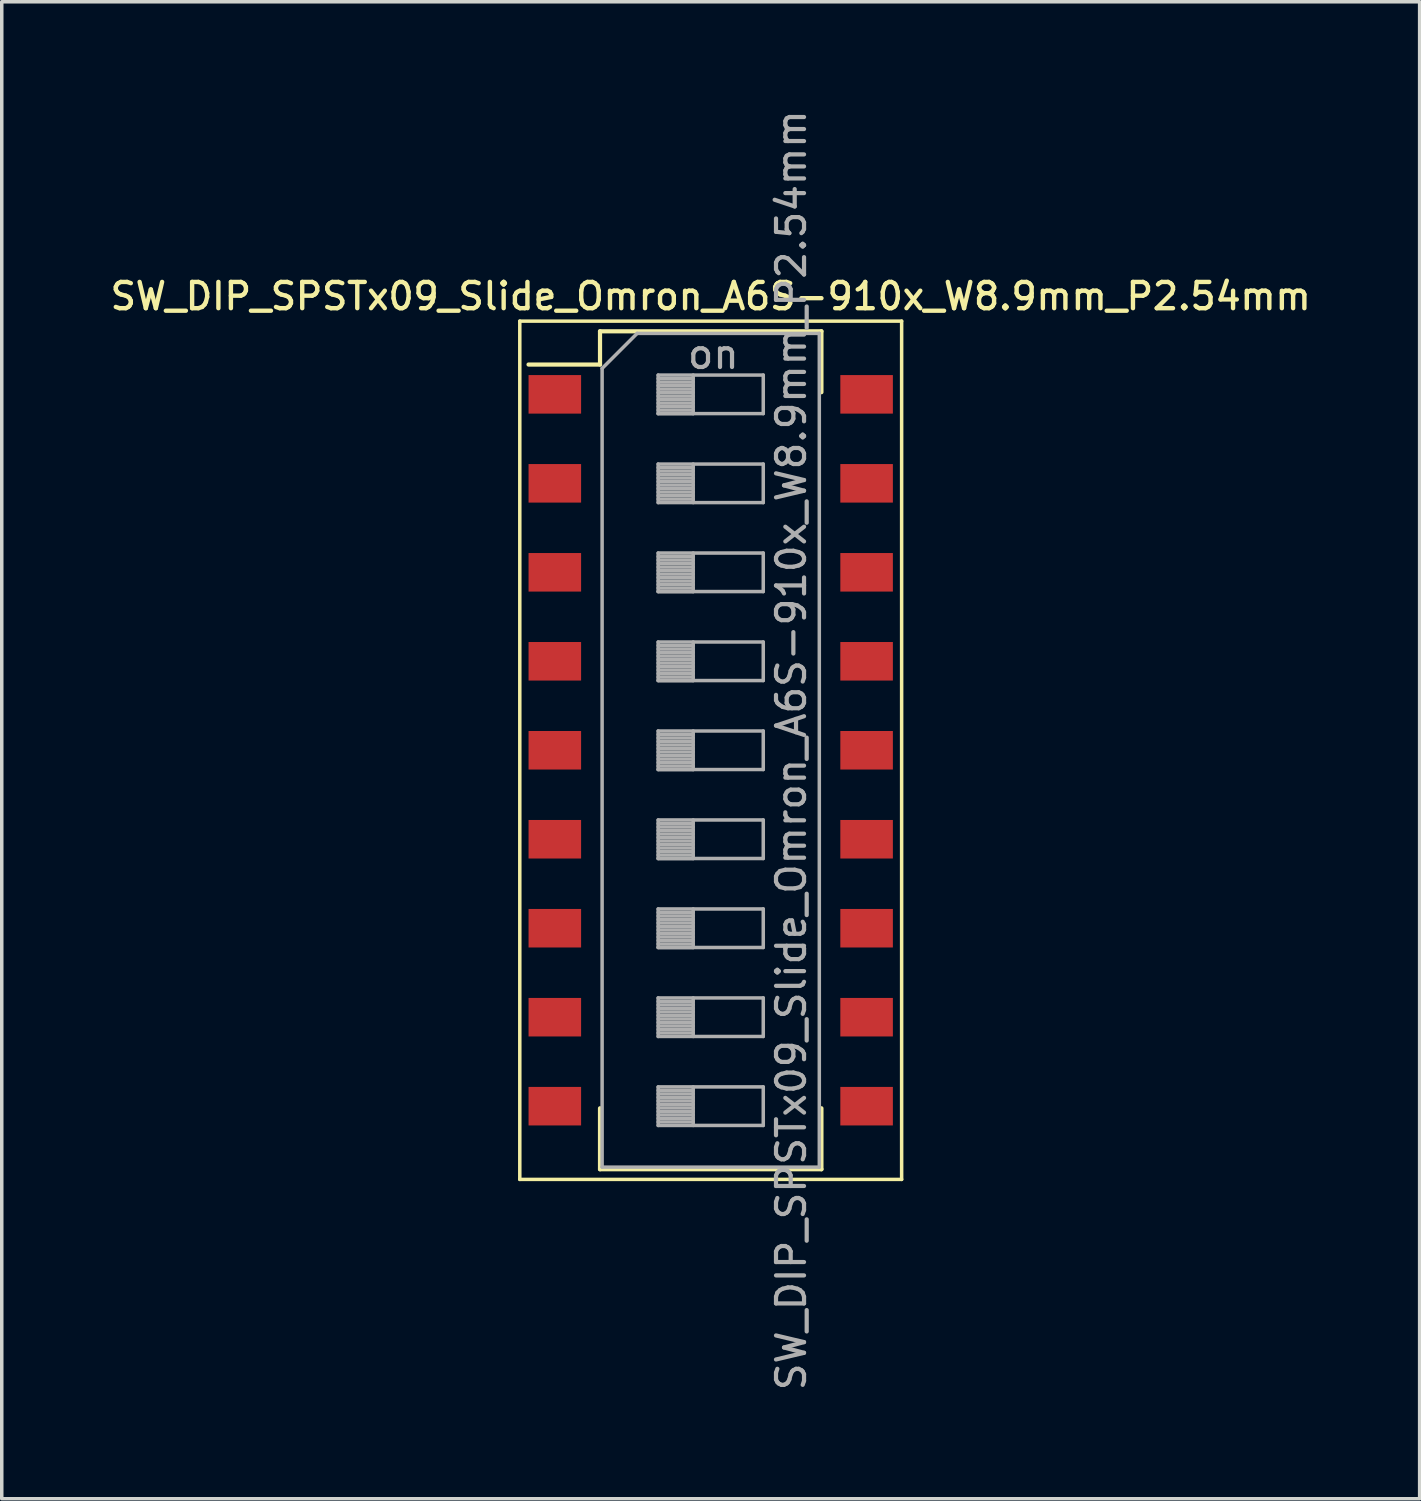
<source format=kicad_pcb>
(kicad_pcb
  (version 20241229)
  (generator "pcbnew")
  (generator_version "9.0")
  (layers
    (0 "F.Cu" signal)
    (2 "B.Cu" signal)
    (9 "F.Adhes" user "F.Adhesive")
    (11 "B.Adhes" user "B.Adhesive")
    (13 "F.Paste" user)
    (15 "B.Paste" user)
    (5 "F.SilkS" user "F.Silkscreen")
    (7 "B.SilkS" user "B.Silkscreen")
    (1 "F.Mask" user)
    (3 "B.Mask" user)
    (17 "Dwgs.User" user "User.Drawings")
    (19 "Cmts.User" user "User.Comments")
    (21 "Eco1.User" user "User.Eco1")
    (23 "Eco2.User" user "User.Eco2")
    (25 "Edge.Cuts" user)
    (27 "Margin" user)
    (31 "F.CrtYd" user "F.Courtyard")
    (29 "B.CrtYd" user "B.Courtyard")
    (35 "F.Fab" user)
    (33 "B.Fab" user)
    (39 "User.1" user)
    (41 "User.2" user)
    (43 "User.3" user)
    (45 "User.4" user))
  (footprint "SW_DIP_SPSTx09_Slide_Omron_A6S-910x_W8.9mm_P2.54mm"
    (layer "F.Cu")
    (at 17.238 18.367)
    (property "Reference" "SW_DIP_SPSTx09_Slide_Omron_A6S-910x_W8.9mm_P2.54mm" (at 0 -12.96 0) (layer "F.SilkS") (effects (font (size 0.75 0.75) (thickness 0.125))))
    (attr smd)
    (fp_line (start -5.45 -12.25) (end -5.45 12.25) (stroke (width 0.1) (type solid)) (layer "F.SilkS"))
    (fp_line (start -5.45 12.25) (end 5.45 12.25) (stroke (width 0.1) (type solid)) (layer "F.SilkS"))
    (fp_line (start -5.2 -11.011) (end -3.16 -11.011) (stroke (width 0.12) (type solid)) (layer "F.SilkS"))
    (fp_line (start -3.16 -11.96) (end -3.16 -11.011) (stroke (width 0.12) (type solid)) (layer "F.SilkS"))
    (fp_line (start -3.16 -11.96) (end 3.16 -11.96) (stroke (width 0.12) (type solid)) (layer "F.SilkS"))
    (fp_line (start -3.16 10.22) (end -3.16 11.96) (stroke (width 0.12) (type solid)) (layer "F.SilkS"))
    (fp_line (start -3.16 11.96) (end 3.16 11.96) (stroke (width 0.12) (type solid)) (layer "F.SilkS"))
    (fp_line (start 3.16 -11.96) (end 3.16 -10.221) (stroke (width 0.12) (type solid)) (layer "F.SilkS"))
    (fp_line (start 3.16 10.22) (end 3.16 11.96) (stroke (width 0.12) (type solid)) (layer "F.SilkS"))
    (fp_line (start 5.45 -12.25) (end -5.45 -12.25) (stroke (width 0.1) (type solid)) (layer "F.SilkS"))
    (fp_line (start 5.45 12.25) (end 5.45 -12.25) (stroke (width 0.1) (type solid)) (layer "F.SilkS"))
    (fp_line (start -3.1 -10.9) (end -2.1 -11.9) (stroke (width 0.1) (type solid)) (layer "F.Fab"))
    (fp_line (start -3.1 11.9) (end -3.1 -10.9) (stroke (width 0.1) (type solid)) (layer "F.Fab"))
    (fp_line (start -2.1 -11.9) (end 3.1 -11.9) (stroke (width 0.1) (type solid)) (layer "F.Fab"))
    (fp_line (start -1.5 -10.71) (end -1.5 -9.61) (stroke (width 0.1) (type solid)) (layer "F.Fab"))
    (fp_line (start -1.5 -10.61) (end -0.5 -10.61) (stroke (width 0.1) (type solid)) (layer "F.Fab"))
    (fp_line (start -1.5 -10.51) (end -0.5 -10.51) (stroke (width 0.1) (type solid)) (layer "F.Fab"))
    (fp_line (start -1.5 -10.41) (end -0.5 -10.41) (stroke (width 0.1) (type solid)) (layer "F.Fab"))
    (fp_line (start -1.5 -10.31) (end -0.5 -10.31) (stroke (width 0.1) (type solid)) (layer "F.Fab"))
    (fp_line (start -1.5 -10.21) (end -0.5 -10.21) (stroke (width 0.1) (type solid)) (layer "F.Fab"))
    (fp_line (start -1.5 -10.11) (end -0.5 -10.11) (stroke (width 0.1) (type solid)) (layer "F.Fab"))
    (fp_line (start -1.5 -10.01) (end -0.5 -10.01) (stroke (width 0.1) (type solid)) (layer "F.Fab"))
    (fp_line (start -1.5 -9.91) (end -0.5 -9.91) (stroke (width 0.1) (type solid)) (layer "F.Fab"))
    (fp_line (start -1.5 -9.81) (end -0.5 -9.81) (stroke (width 0.1) (type solid)) (layer "F.Fab"))
    (fp_line (start -1.5 -9.71) (end -0.5 -9.71) (stroke (width 0.1) (type solid)) (layer "F.Fab"))
    (fp_line (start -1.5 -9.61) (end -0.5 -9.61) (stroke (width 0.1) (type solid)) (layer "F.Fab"))
    (fp_line (start -1.5 -9.61) (end 1.5 -9.61) (stroke (width 0.1) (type solid)) (layer "F.Fab"))
    (fp_line (start -1.5 -8.17) (end -1.5 -7.07) (stroke (width 0.1) (type solid)) (layer "F.Fab"))
    (fp_line (start -1.5 -8.07) (end -0.5 -8.07) (stroke (width 0.1) (type solid)) (layer "F.Fab"))
    (fp_line (start -1.5 -7.97) (end -0.5 -7.97) (stroke (width 0.1) (type solid)) (layer "F.Fab"))
    (fp_line (start -1.5 -7.87) (end -0.5 -7.87) (stroke (width 0.1) (type solid)) (layer "F.Fab"))
    (fp_line (start -1.5 -7.77) (end -0.5 -7.77) (stroke (width 0.1) (type solid)) (layer "F.Fab"))
    (fp_line (start -1.5 -7.67) (end -0.5 -7.67) (stroke (width 0.1) (type solid)) (layer "F.Fab"))
    (fp_line (start -1.5 -7.57) (end -0.5 -7.57) (stroke (width 0.1) (type solid)) (layer "F.Fab"))
    (fp_line (start -1.5 -7.47) (end -0.5 -7.47) (stroke (width 0.1) (type solid)) (layer "F.Fab"))
    (fp_line (start -1.5 -7.37) (end -0.5 -7.37) (stroke (width 0.1) (type solid)) (layer "F.Fab"))
    (fp_line (start -1.5 -7.27) (end -0.5 -7.27) (stroke (width 0.1) (type solid)) (layer "F.Fab"))
    (fp_line (start -1.5 -7.17) (end -0.5 -7.17) (stroke (width 0.1) (type solid)) (layer "F.Fab"))
    (fp_line (start -1.5 -7.07) (end 1.5 -7.07) (stroke (width 0.1) (type solid)) (layer "F.Fab"))
    (fp_line (start -1.5 -5.63) (end -1.5 -4.53) (stroke (width 0.1) (type solid)) (layer "F.Fab"))
    (fp_line (start -1.5 -5.53) (end -0.5 -5.53) (stroke (width 0.1) (type solid)) (layer "F.Fab"))
    (fp_line (start -1.5 -5.43) (end -0.5 -5.43) (stroke (width 0.1) (type solid)) (layer "F.Fab"))
    (fp_line (start -1.5 -5.33) (end -0.5 -5.33) (stroke (width 0.1) (type solid)) (layer "F.Fab"))
    (fp_line (start -1.5 -5.23) (end -0.5 -5.23) (stroke (width 0.1) (type solid)) (layer "F.Fab"))
    (fp_line (start -1.5 -5.13) (end -0.5 -5.13) (stroke (width 0.1) (type solid)) (layer "F.Fab"))
    (fp_line (start -1.5 -5.03) (end -0.5 -5.03) (stroke (width 0.1) (type solid)) (layer "F.Fab"))
    (fp_line (start -1.5 -4.93) (end -0.5 -4.93) (stroke (width 0.1) (type solid)) (layer "F.Fab"))
    (fp_line (start -1.5 -4.83) (end -0.5 -4.83) (stroke (width 0.1) (type solid)) (layer "F.Fab"))
    (fp_line (start -1.5 -4.73) (end -0.5 -4.73) (stroke (width 0.1) (type solid)) (layer "F.Fab"))
    (fp_line (start -1.5 -4.63) (end -0.5 -4.63) (stroke (width 0.1) (type solid)) (layer "F.Fab"))
    (fp_line (start -1.5 -4.53) (end -0.5 -4.53) (stroke (width 0.1) (type solid)) (layer "F.Fab"))
    (fp_line (start -1.5 -4.53) (end 1.5 -4.53) (stroke (width 0.1) (type solid)) (layer "F.Fab"))
    (fp_line (start -1.5 -3.09) (end -1.5 -1.99) (stroke (width 0.1) (type solid)) (layer "F.Fab"))
    (fp_line (start -1.5 -2.99) (end -0.5 -2.99) (stroke (width 0.1) (type solid)) (layer "F.Fab"))
    (fp_line (start -1.5 -2.89) (end -0.5 -2.89) (stroke (width 0.1) (type solid)) (layer "F.Fab"))
    (fp_line (start -1.5 -2.79) (end -0.5 -2.79) (stroke (width 0.1) (type solid)) (layer "F.Fab"))
    (fp_line (start -1.5 -2.69) (end -0.5 -2.69) (stroke (width 0.1) (type solid)) (layer "F.Fab"))
    (fp_line (start -1.5 -2.59) (end -0.5 -2.59) (stroke (width 0.1) (type solid)) (layer "F.Fab"))
    (fp_line (start -1.5 -2.49) (end -0.5 -2.49) (stroke (width 0.1) (type solid)) (layer "F.Fab"))
    (fp_line (start -1.5 -2.39) (end -0.5 -2.39) (stroke (width 0.1) (type solid)) (layer "F.Fab"))
    (fp_line (start -1.5 -2.29) (end -0.5 -2.29) (stroke (width 0.1) (type solid)) (layer "F.Fab"))
    (fp_line (start -1.5 -2.19) (end -0.5 -2.19) (stroke (width 0.1) (type solid)) (layer "F.Fab"))
    (fp_line (start -1.5 -2.09) (end -0.5 -2.09) (stroke (width 0.1) (type solid)) (layer "F.Fab"))
    (fp_line (start -1.5 -1.99) (end -0.5 -1.99) (stroke (width 0.1) (type solid)) (layer "F.Fab"))
    (fp_line (start -1.5 -1.99) (end 1.5 -1.99) (stroke (width 0.1) (type solid)) (layer "F.Fab"))
    (fp_line (start -1.5 -0.55) (end -1.5 0.55) (stroke (width 0.1) (type solid)) (layer "F.Fab"))
    (fp_line (start -1.5 -0.45) (end -0.5 -0.45) (stroke (width 0.1) (type solid)) (layer "F.Fab"))
    (fp_line (start -1.5 -0.35) (end -0.5 -0.35) (stroke (width 0.1) (type solid)) (layer "F.Fab"))
    (fp_line (start -1.5 -0.25) (end -0.5 -0.25) (stroke (width 0.1) (type solid)) (layer "F.Fab"))
    (fp_line (start -1.5 -0.15) (end -0.5 -0.15) (stroke (width 0.1) (type solid)) (layer "F.Fab"))
    (fp_line (start -1.5 -0.05) (end -0.5 -0.05) (stroke (width 0.1) (type solid)) (layer "F.Fab"))
    (fp_line (start -1.5 0.05) (end -0.5 0.05) (stroke (width 0.1) (type solid)) (layer "F.Fab"))
    (fp_line (start -1.5 0.15) (end -0.5 0.15) (stroke (width 0.1) (type solid)) (layer "F.Fab"))
    (fp_line (start -1.5 0.25) (end -0.5 0.25) (stroke (width 0.1) (type solid)) (layer "F.Fab"))
    (fp_line (start -1.5 0.35) (end -0.5 0.35) (stroke (width 0.1) (type solid)) (layer "F.Fab"))
    (fp_line (start -1.5 0.45) (end -0.5 0.45) (stroke (width 0.1) (type solid)) (layer "F.Fab"))
    (fp_line (start -1.5 0.55) (end -0.5 0.55) (stroke (width 0.1) (type solid)) (layer "F.Fab"))
    (fp_line (start -1.5 0.55) (end 1.5 0.55) (stroke (width 0.1) (type solid)) (layer "F.Fab"))
    (fp_line (start -1.5 1.99) (end -1.5 3.09) (stroke (width 0.1) (type solid)) (layer "F.Fab"))
    (fp_line (start -1.5 2.09) (end -0.5 2.09) (stroke (width 0.1) (type solid)) (layer "F.Fab"))
    (fp_line (start -1.5 2.19) (end -0.5 2.19) (stroke (width 0.1) (type solid)) (layer "F.Fab"))
    (fp_line (start -1.5 2.29) (end -0.5 2.29) (stroke (width 0.1) (type solid)) (layer "F.Fab"))
    (fp_line (start -1.5 2.39) (end -0.5 2.39) (stroke (width 0.1) (type solid)) (layer "F.Fab"))
    (fp_line (start -1.5 2.49) (end -0.5 2.49) (stroke (width 0.1) (type solid)) (layer "F.Fab"))
    (fp_line (start -1.5 2.59) (end -0.5 2.59) (stroke (width 0.1) (type solid)) (layer "F.Fab"))
    (fp_line (start -1.5 2.69) (end -0.5 2.69) (stroke (width 0.1) (type solid)) (layer "F.Fab"))
    (fp_line (start -1.5 2.79) (end -0.5 2.79) (stroke (width 0.1) (type solid)) (layer "F.Fab"))
    (fp_line (start -1.5 2.89) (end -0.5 2.89) (stroke (width 0.1) (type solid)) (layer "F.Fab"))
    (fp_line (start -1.5 2.99) (end -0.5 2.99) (stroke (width 0.1) (type solid)) (layer "F.Fab"))
    (fp_line (start -1.5 3.09) (end -0.5 3.09) (stroke (width 0.1) (type solid)) (layer "F.Fab"))
    (fp_line (start -1.5 3.09) (end 1.5 3.09) (stroke (width 0.1) (type solid)) (layer "F.Fab"))
    (fp_line (start -1.5 4.53) (end -1.5 5.63) (stroke (width 0.1) (type solid)) (layer "F.Fab"))
    (fp_line (start -1.5 4.63) (end -0.5 4.63) (stroke (width 0.1) (type solid)) (layer "F.Fab"))
    (fp_line (start -1.5 4.73) (end -0.5 4.73) (stroke (width 0.1) (type solid)) (layer "F.Fab"))
    (fp_line (start -1.5 4.83) (end -0.5 4.83) (stroke (width 0.1) (type solid)) (layer "F.Fab"))
    (fp_line (start -1.5 4.93) (end -0.5 4.93) (stroke (width 0.1) (type solid)) (layer "F.Fab"))
    (fp_line (start -1.5 5.03) (end -0.5 5.03) (stroke (width 0.1) (type solid)) (layer "F.Fab"))
    (fp_line (start -1.5 5.13) (end -0.5 5.13) (stroke (width 0.1) (type solid)) (layer "F.Fab"))
    (fp_line (start -1.5 5.23) (end -0.5 5.23) (stroke (width 0.1) (type solid)) (layer "F.Fab"))
    (fp_line (start -1.5 5.33) (end -0.5 5.33) (stroke (width 0.1) (type solid)) (layer "F.Fab"))
    (fp_line (start -1.5 5.43) (end -0.5 5.43) (stroke (width 0.1) (type solid)) (layer "F.Fab"))
    (fp_line (start -1.5 5.53) (end -0.5 5.53) (stroke (width 0.1) (type solid)) (layer "F.Fab"))
    (fp_line (start -1.5 5.63) (end -0.5 5.63) (stroke (width 0.1) (type solid)) (layer "F.Fab"))
    (fp_line (start -1.5 5.63) (end 1.5 5.63) (stroke (width 0.1) (type solid)) (layer "F.Fab"))
    (fp_line (start -1.5 7.07) (end -1.5 8.17) (stroke (width 0.1) (type solid)) (layer "F.Fab"))
    (fp_line (start -1.5 7.17) (end -0.5 7.17) (stroke (width 0.1) (type solid)) (layer "F.Fab"))
    (fp_line (start -1.5 7.27) (end -0.5 7.27) (stroke (width 0.1) (type solid)) (layer "F.Fab"))
    (fp_line (start -1.5 7.37) (end -0.5 7.37) (stroke (width 0.1) (type solid)) (layer "F.Fab"))
    (fp_line (start -1.5 7.47) (end -0.5 7.47) (stroke (width 0.1) (type solid)) (layer "F.Fab"))
    (fp_line (start -1.5 7.57) (end -0.5 7.57) (stroke (width 0.1) (type solid)) (layer "F.Fab"))
    (fp_line (start -1.5 7.67) (end -0.5 7.67) (stroke (width 0.1) (type solid)) (layer "F.Fab"))
    (fp_line (start -1.5 7.77) (end -0.5 7.77) (stroke (width 0.1) (type solid)) (layer "F.Fab"))
    (fp_line (start -1.5 7.87) (end -0.5 7.87) (stroke (width 0.1) (type solid)) (layer "F.Fab"))
    (fp_line (start -1.5 7.97) (end -0.5 7.97) (stroke (width 0.1) (type solid)) (layer "F.Fab"))
    (fp_line (start -1.5 8.07) (end -0.5 8.07) (stroke (width 0.1) (type solid)) (layer "F.Fab"))
    (fp_line (start -1.5 8.17) (end 1.5 8.17) (stroke (width 0.1) (type solid)) (layer "F.Fab"))
    (fp_line (start -1.5 9.61) (end -1.5 10.71) (stroke (width 0.1) (type solid)) (layer "F.Fab"))
    (fp_line (start -1.5 9.71) (end -0.5 9.71) (stroke (width 0.1) (type solid)) (layer "F.Fab"))
    (fp_line (start -1.5 9.81) (end -0.5 9.81) (stroke (width 0.1) (type solid)) (layer "F.Fab"))
    (fp_line (start -1.5 9.91) (end -0.5 9.91) (stroke (width 0.1) (type solid)) (layer "F.Fab"))
    (fp_line (start -1.5 10.01) (end -0.5 10.01) (stroke (width 0.1) (type solid)) (layer "F.Fab"))
    (fp_line (start -1.5 10.11) (end -0.5 10.11) (stroke (width 0.1) (type solid)) (layer "F.Fab"))
    (fp_line (start -1.5 10.21) (end -0.5 10.21) (stroke (width 0.1) (type solid)) (layer "F.Fab"))
    (fp_line (start -1.5 10.31) (end -0.5 10.31) (stroke (width 0.1) (type solid)) (layer "F.Fab"))
    (fp_line (start -1.5 10.41) (end -0.5 10.41) (stroke (width 0.1) (type solid)) (layer "F.Fab"))
    (fp_line (start -1.5 10.51) (end -0.5 10.51) (stroke (width 0.1) (type solid)) (layer "F.Fab"))
    (fp_line (start -1.5 10.61) (end -0.5 10.61) (stroke (width 0.1) (type solid)) (layer "F.Fab"))
    (fp_line (start -1.5 10.71) (end 1.5 10.71) (stroke (width 0.1) (type solid)) (layer "F.Fab"))
    (fp_line (start -0.5 -10.71) (end -0.5 -9.61) (stroke (width 0.1) (type solid)) (layer "F.Fab"))
    (fp_line (start -0.5 -8.17) (end -0.5 -7.07) (stroke (width 0.1) (type solid)) (layer "F.Fab"))
    (fp_line (start -0.5 -5.63) (end -0.5 -4.53) (stroke (width 0.1) (type solid)) (layer "F.Fab"))
    (fp_line (start -0.5 -3.09) (end -0.5 -1.99) (stroke (width 0.1) (type solid)) (layer "F.Fab"))
    (fp_line (start -0.5 -0.55) (end -0.5 0.55) (stroke (width 0.1) (type solid)) (layer "F.Fab"))
    (fp_line (start -0.5 1.99) (end -0.5 3.09) (stroke (width 0.1) (type solid)) (layer "F.Fab"))
    (fp_line (start -0.5 4.53) (end -0.5 5.63) (stroke (width 0.1) (type solid)) (layer "F.Fab"))
    (fp_line (start -0.5 7.07) (end -0.5 8.17) (stroke (width 0.1) (type solid)) (layer "F.Fab"))
    (fp_line (start -0.5 9.61) (end -0.5 10.71) (stroke (width 0.1) (type solid)) (layer "F.Fab"))
    (fp_line (start 1.5 -10.71) (end -1.5 -10.71) (stroke (width 0.1) (type solid)) (layer "F.Fab"))
    (fp_line (start 1.5 -9.61) (end 1.5 -10.71) (stroke (width 0.1) (type solid)) (layer "F.Fab"))
    (fp_line (start 1.5 -8.17) (end -1.5 -8.17) (stroke (width 0.1) (type solid)) (layer "F.Fab"))
    (fp_line (start 1.5 -7.07) (end 1.5 -8.17) (stroke (width 0.1) (type solid)) (layer "F.Fab"))
    (fp_line (start 1.5 -5.63) (end -1.5 -5.63) (stroke (width 0.1) (type solid)) (layer "F.Fab"))
    (fp_line (start 1.5 -4.53) (end 1.5 -5.63) (stroke (width 0.1) (type solid)) (layer "F.Fab"))
    (fp_line (start 1.5 -3.09) (end -1.5 -3.09) (stroke (width 0.1) (type solid)) (layer "F.Fab"))
    (fp_line (start 1.5 -1.99) (end 1.5 -3.09) (stroke (width 0.1) (type solid)) (layer "F.Fab"))
    (fp_line (start 1.5 -0.55) (end -1.5 -0.55) (stroke (width 0.1) (type solid)) (layer "F.Fab"))
    (fp_line (start 1.5 0.55) (end 1.5 -0.55) (stroke (width 0.1) (type solid)) (layer "F.Fab"))
    (fp_line (start 1.5 1.99) (end -1.5 1.99) (stroke (width 0.1) (type solid)) (layer "F.Fab"))
    (fp_line (start 1.5 3.09) (end 1.5 1.99) (stroke (width 0.1) (type solid)) (layer "F.Fab"))
    (fp_line (start 1.5 4.53) (end -1.5 4.53) (stroke (width 0.1) (type solid)) (layer "F.Fab"))
    (fp_line (start 1.5 5.63) (end 1.5 4.53) (stroke (width 0.1) (type solid)) (layer "F.Fab"))
    (fp_line (start 1.5 7.07) (end -1.5 7.07) (stroke (width 0.1) (type solid)) (layer "F.Fab"))
    (fp_line (start 1.5 8.17) (end 1.5 7.07) (stroke (width 0.1) (type solid)) (layer "F.Fab"))
    (fp_line (start 1.5 9.61) (end -1.5 9.61) (stroke (width 0.1) (type solid)) (layer "F.Fab"))
    (fp_line (start 1.5 10.71) (end 1.5 9.61) (stroke (width 0.1) (type solid)) (layer "F.Fab"))
    (fp_line (start 3.1 -11.9) (end 3.1 11.9) (stroke (width 0.1) (type solid)) (layer "F.Fab"))
    (fp_line (start 3.1 11.9) (end -3.1 11.9) (stroke (width 0.1) (type solid)) (layer "F.Fab"))
    (fp_text user "on" (at 0.075 -11.305 0) (layer "F.Fab") (effects (font (size 0.8 0.8) (thickness 0.12))))
    (fp_text user "${REFERENCE}" (at 2.3 0 90) (layer "F.Fab") (effects (font (size 0.8 0.8) (thickness 0.12))))
    (pad "1" smd rect (at -4.45 -10.16) (size 1.5 1.1) (layers "F.Cu" "F.Mask" "F.Paste"))
    (pad "2" smd rect (at -4.45 -7.62) (size 1.5 1.1) (layers "F.Cu" "F.Mask" "F.Paste"))
    (pad "3" smd rect (at -4.45 -5.08) (size 1.5 1.1) (layers "F.Cu" "F.Mask" "F.Paste"))
    (pad "4" smd rect (at -4.45 -2.54) (size 1.5 1.1) (layers "F.Cu" "F.Mask" "F.Paste"))
    (pad "5" smd rect (at -4.45 0) (size 1.5 1.1) (layers "F.Cu" "F.Mask" "F.Paste"))
    (pad "6" smd rect (at -4.45 2.54) (size 1.5 1.1) (layers "F.Cu" "F.Mask" "F.Paste"))
    (pad "7" smd rect (at -4.45 5.08) (size 1.5 1.1) (layers "F.Cu" "F.Mask" "F.Paste"))
    (pad "8" smd rect (at -4.45 7.62) (size 1.5 1.1) (layers "F.Cu" "F.Mask" "F.Paste"))
    (pad "9" smd rect (at -4.45 10.16) (size 1.5 1.1) (layers "F.Cu" "F.Mask" "F.Paste"))
    (pad "10" smd rect (at 4.45 10.16) (size 1.5 1.1) (layers "F.Cu" "F.Mask" "F.Paste"))
    (pad "11" smd rect (at 4.45 7.62) (size 1.5 1.1) (layers "F.Cu" "F.Mask" "F.Paste"))
    (pad "12" smd rect (at 4.45 5.08) (size 1.5 1.1) (layers "F.Cu" "F.Mask" "F.Paste"))
    (pad "13" smd rect (at 4.45 2.54) (size 1.5 1.1) (layers "F.Cu" "F.Mask" "F.Paste"))
    (pad "14" smd rect (at 4.45 0) (size 1.5 1.1) (layers "F.Cu" "F.Mask" "F.Paste"))
    (pad "15" smd rect (at 4.45 -2.54) (size 1.5 1.1) (layers "F.Cu" "F.Mask" "F.Paste"))
    (pad "16" smd rect (at 4.45 -5.08) (size 1.5 1.1) (layers "F.Cu" "F.Mask" "F.Paste"))
    (pad "17" smd rect (at 4.45 -7.62) (size 1.5 1.1) (layers "F.Cu" "F.Mask" "F.Paste"))
    (pad "18" smd rect (at 4.45 -10.16) (size 1.5 1.1) (layers "F.Cu" "F.Mask" "F.Paste")))
  (gr_rect
    (start -3 -3)
    (end 37.475 39.733)
    (stroke (width 0.1) (type default))
    (fill no)
    (layer "Edge.Cuts")))
</source>
